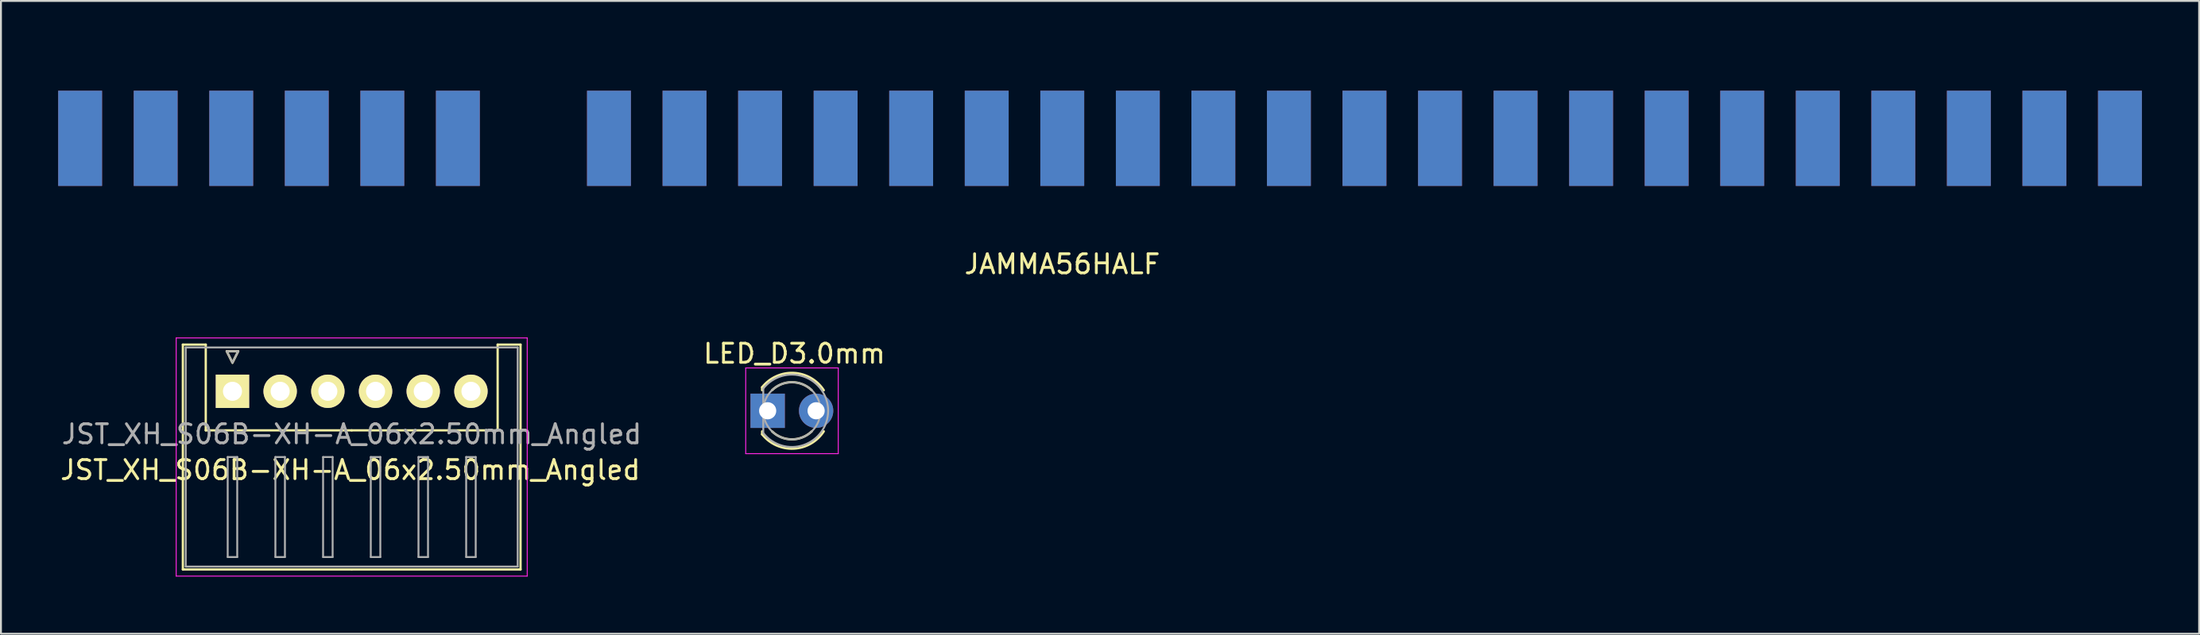
<source format=kicad_pcb>
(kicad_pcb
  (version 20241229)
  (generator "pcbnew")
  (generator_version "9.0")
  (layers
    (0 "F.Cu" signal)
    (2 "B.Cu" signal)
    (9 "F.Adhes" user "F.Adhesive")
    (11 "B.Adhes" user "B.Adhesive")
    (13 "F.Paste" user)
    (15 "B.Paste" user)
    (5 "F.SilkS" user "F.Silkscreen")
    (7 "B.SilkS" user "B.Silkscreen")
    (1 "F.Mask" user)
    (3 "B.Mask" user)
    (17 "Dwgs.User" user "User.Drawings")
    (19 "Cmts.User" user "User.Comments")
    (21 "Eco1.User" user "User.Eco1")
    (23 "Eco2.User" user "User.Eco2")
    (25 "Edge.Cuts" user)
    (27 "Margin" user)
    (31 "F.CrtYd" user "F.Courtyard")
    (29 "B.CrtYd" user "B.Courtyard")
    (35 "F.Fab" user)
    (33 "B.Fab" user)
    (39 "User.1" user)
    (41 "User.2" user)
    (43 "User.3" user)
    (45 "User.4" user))
  (footprint "JST_XH_S06B-XH-A_06x2.50mm_Angled"
    (layer "F.Cu")
    (at 9.135 17.487)
    (property "Reference" "JST_XH_S06B-XH-A_06x2.50mm_Angled" (at 6.18 4.129 0) (layer "F.SilkS") (effects (font (size 1 1) (thickness 0.15))))
    (attr through_hole)
    (fp_line (start -2.6 -2.45) (end -1.4 -2.45) (stroke (width 0.12) (type solid)) (layer "F.SilkS"))
    (fp_line (start -2.6 9.35) (end -2.6 -2.45) (stroke (width 0.12) (type solid)) (layer "F.SilkS"))
    (fp_line (start -1.4 -2.45) (end -1.4 2.05) (stroke (width 0.12) (type solid)) (layer "F.SilkS"))
    (fp_line (start -1.4 2.05) (end 6.25 2.05) (stroke (width 0.12) (type solid)) (layer "F.SilkS"))
    (fp_line (start -0.3 -2.1) (end 0.3 -2.1) (stroke (width 0.12) (type solid)) (layer "F.SilkS"))
    (fp_line (start 0 -1.5) (end -0.3 -2.1) (stroke (width 0.12) (type solid)) (layer "F.SilkS"))
    (fp_line (start 0.3 -2.1) (end 0 -1.5) (stroke (width 0.12) (type solid)) (layer "F.SilkS"))
    (fp_line (start 6.25 9.35) (end -2.6 9.35) (stroke (width 0.12) (type solid)) (layer "F.SilkS"))
    (fp_line (start 6.25 9.35) (end 15.1 9.35) (stroke (width 0.12) (type solid)) (layer "F.SilkS"))
    (fp_line (start 13.9 -2.45) (end 13.9 2.05) (stroke (width 0.12) (type solid)) (layer "F.SilkS"))
    (fp_line (start 13.9 2.05) (end 6.25 2.05) (stroke (width 0.12) (type solid)) (layer "F.SilkS"))
    (fp_line (start 15.1 -2.45) (end 13.9 -2.45) (stroke (width 0.12) (type solid)) (layer "F.SilkS"))
    (fp_line (start 15.1 9.35) (end 15.1 -2.45) (stroke (width 0.12) (type solid)) (layer "F.SilkS"))
    (fp_line (start -2.95 -2.8) (end -2.95 9.7) (stroke (width 0.05) (type solid)) (layer "F.CrtYd"))
    (fp_line (start -2.95 9.7) (end 15.45 9.7) (stroke (width 0.05) (type solid)) (layer "F.CrtYd"))
    (fp_line (start 15.45 -2.8) (end -2.95 -2.8) (stroke (width 0.05) (type solid)) (layer "F.CrtYd"))
    (fp_line (start 15.45 9.7) (end 15.45 -2.8) (stroke (width 0.05) (type solid)) (layer "F.CrtYd"))
    (fp_line (start -2.45 -2.3) (end -2.45 9.2) (stroke (width 0.1) (type solid)) (layer "F.Fab"))
    (fp_line (start -2.45 9.2) (end 14.95 9.2) (stroke (width 0.1) (type solid)) (layer "F.Fab"))
    (fp_line (start -0.3 -2.1) (end 0.3 -2.1) (stroke (width 0.1) (type solid)) (layer "F.Fab"))
    (fp_line (start -0.25 3.45) (end -0.25 8.7) (stroke (width 0.1) (type solid)) (layer "F.Fab"))
    (fp_line (start -0.25 8.7) (end 0.25 8.7) (stroke (width 0.1) (type solid)) (layer "F.Fab"))
    (fp_line (start 0 -1.5) (end -0.3 -2.1) (stroke (width 0.1) (type solid)) (layer "F.Fab"))
    (fp_line (start 0.25 3.45) (end -0.25 3.45) (stroke (width 0.1) (type solid)) (layer "F.Fab"))
    (fp_line (start 0.25 8.7) (end 0.25 3.45) (stroke (width 0.1) (type solid)) (layer "F.Fab"))
    (fp_line (start 0.3 -2.1) (end 0 -1.5) (stroke (width 0.1) (type solid)) (layer "F.Fab"))
    (fp_line (start 2.25 3.45) (end 2.25 8.7) (stroke (width 0.1) (type solid)) (layer "F.Fab"))
    (fp_line (start 2.25 8.7) (end 2.75 8.7) (stroke (width 0.1) (type solid)) (layer "F.Fab"))
    (fp_line (start 2.75 3.45) (end 2.25 3.45) (stroke (width 0.1) (type solid)) (layer "F.Fab"))
    (fp_line (start 2.75 8.7) (end 2.75 3.45) (stroke (width 0.1) (type solid)) (layer "F.Fab"))
    (fp_line (start 4.75 3.45) (end 4.75 8.7) (stroke (width 0.1) (type solid)) (layer "F.Fab"))
    (fp_line (start 4.75 8.7) (end 5.25 8.7) (stroke (width 0.1) (type solid)) (layer "F.Fab"))
    (fp_line (start 5.25 3.45) (end 4.75 3.45) (stroke (width 0.1) (type solid)) (layer "F.Fab"))
    (fp_line (start 5.25 8.7) (end 5.25 3.45) (stroke (width 0.1) (type solid)) (layer "F.Fab"))
    (fp_line (start 7.25 3.45) (end 7.25 8.7) (stroke (width 0.1) (type solid)) (layer "F.Fab"))
    (fp_line (start 7.25 8.7) (end 7.75 8.7) (stroke (width 0.1) (type solid)) (layer "F.Fab"))
    (fp_line (start 7.75 3.45) (end 7.25 3.45) (stroke (width 0.1) (type solid)) (layer "F.Fab"))
    (fp_line (start 7.75 8.7) (end 7.75 3.45) (stroke (width 0.1) (type solid)) (layer "F.Fab"))
    (fp_line (start 9.75 3.45) (end 9.75 8.7) (stroke (width 0.1) (type solid)) (layer "F.Fab"))
    (fp_line (start 9.75 8.7) (end 10.25 8.7) (stroke (width 0.1) (type solid)) (layer "F.Fab"))
    (fp_line (start 10.25 3.45) (end 9.75 3.45) (stroke (width 0.1) (type solid)) (layer "F.Fab"))
    (fp_line (start 10.25 8.7) (end 10.25 3.45) (stroke (width 0.1) (type solid)) (layer "F.Fab"))
    (fp_line (start 12.25 3.45) (end 12.25 8.7) (stroke (width 0.1) (type solid)) (layer "F.Fab"))
    (fp_line (start 12.25 8.7) (end 12.75 8.7) (stroke (width 0.1) (type solid)) (layer "F.Fab"))
    (fp_line (start 12.75 3.45) (end 12.25 3.45) (stroke (width 0.1) (type solid)) (layer "F.Fab"))
    (fp_line (start 12.75 8.7) (end 12.75 3.45) (stroke (width 0.1) (type solid)) (layer "F.Fab"))
    (fp_line (start 14.95 -2.3) (end -2.45 -2.3) (stroke (width 0.1) (type solid)) (layer "F.Fab"))
    (fp_line (start 14.95 9.2) (end 14.95 -2.3) (stroke (width 0.1) (type solid)) (layer "F.Fab"))
    (fp_text user "${REFERENCE}" (at 6.25 2.25 0) (layer "F.Fab") (effects (font (size 1 1) (thickness 0.15))))
    (pad "1" thru_hole rect (at 0 0) (size 1.75 1.75) (drill 1) (layers "*.Cu" "*.Mask" "F.SilkS"))
    (pad "2" thru_hole circle (at 2.5 0) (size 1.75 1.75) (drill 1) (layers "*.Cu" "*.Mask" "F.SilkS"))
    (pad "3" thru_hole circle (at 5 0) (size 1.75 1.75) (drill 1) (layers "*.Cu" "*.Mask" "F.SilkS"))
    (pad "4" thru_hole circle (at 7.5 0) (size 1.75 1.75) (drill 1) (layers "*.Cu" "*.Mask" "F.SilkS"))
    (pad "5" thru_hole circle (at 10 0) (size 1.75 1.75) (drill 1) (layers "*.Cu" "*.Mask" "F.SilkS"))
    (pad "6" thru_hole circle (at 12.5 0) (size 1.75 1.75) (drill 1) (layers "*.Cu" "*.Mask" "F.SilkS")))
  (footprint "LED_D3.0mm"
    (layer "F.Cu")
    (at 37.188 18.51)
    (property "Reference" "LED_D3.0mm" (at 1.4 -3 180) (layer "F.SilkS") (effects (font (size 1 1) (thickness 0.15))))
    (attr through_hole)
    (fp_line (start -0.29 -1.236) (end -0.29 -1.08) (stroke (width 0.12) (type solid)) (layer "F.SilkS"))
    (fp_line (start -0.29 1.08) (end -0.29 1.236) (stroke (width 0.12) (type solid)) (layer "F.SilkS"))
    (fp_arc (start -0.29 -1.235516) (mid 1.366487 -1.987659) (end 2.942335 -1.078608) (stroke (width 0.12) (type solid)) (layer "F.SilkS"))
    (fp_arc (start 0.229039 -1.08) (mid 1.270117 -1.5) (end 2.31113 -1.079837) (stroke (width 0.12) (type solid)) (layer "F.SilkS"))
    (fp_arc (start 2.31113 1.079837) (mid 1.270117 1.5) (end 0.229039 1.08) (stroke (width 0.12) (type solid)) (layer "F.SilkS"))
    (fp_arc (start 2.942335 1.078608) (mid 1.366487 1.987659) (end -0.29 1.235516) (stroke (width 0.12) (type solid)) (layer "F.SilkS"))
    (fp_line (start -1.15 -2.25) (end -1.15 2.25) (stroke (width 0.05) (type solid)) (layer "F.CrtYd"))
    (fp_line (start -1.15 2.25) (end 3.7 2.25) (stroke (width 0.05) (type solid)) (layer "F.CrtYd"))
    (fp_line (start 3.7 -2.25) (end -1.15 -2.25) (stroke (width 0.05) (type solid)) (layer "F.CrtYd"))
    (fp_line (start 3.7 2.25) (end 3.7 -2.25) (stroke (width 0.05) (type solid)) (layer "F.CrtYd"))
    (fp_line (start -0.23 -1.166) (end -0.23 1.166) (stroke (width 0.1) (type solid)) (layer "F.Fab"))
    (fp_arc (start -0.23 -1.16619) (mid 3.17 0.000452) (end -0.230555 1.165476) (stroke (width 0.1) (type solid)) (layer "F.Fab"))
    (fp_circle (center 1.27 0) (end 2.77 0) (stroke (width 0.1) (type solid)) (fill no) (layer "F.Fab"))
    (pad "1" thru_hole rect (at 0 0) (size 1.8 1.8) (drill 0.9) (layers "*.Cu" "*.Mask"))
    (pad "2" thru_hole circle (at 2.54 0) (size 1.8 1.8) (drill 0.9) (layers "*.Cu" "*.Mask")))
  (footprint "JAMMA56HALF"
    (layer "F.Cu")
    (at 52.63 0.25)
    (property "Reference" "JAMMA56HALF" (at 0 10.564 0) (layer "F.SilkS") (effects (font (size 1 1) (thickness 0.15))))
    (attr through_hole)
    (pad "1" smd rect (at -51.48 3.96) (size 2.3 5) (layers "F.Cu" "F.Mask" "F.Paste"))
    (pad "2" smd rect (at -47.52 3.96) (size 2.3 5) (layers "F.Cu" "F.Mask" "F.Paste"))
    (pad "3" smd rect (at -43.56 3.96) (size 2.3 5) (layers "F.Cu" "F.Mask" "F.Paste"))
    (pad "4" smd rect (at -39.6 3.96) (size 2.3 5) (layers "F.Cu" "F.Mask" "F.Paste"))
    (pad "5" smd rect (at -35.64 3.96) (size 2.3 5) (layers "F.Cu" "F.Mask" "F.Paste"))
    (pad "6" smd rect (at -31.68 3.96) (size 2.3 5) (layers "F.Cu" "F.Mask" "F.Paste"))
    (pad "8" smd rect (at -23.76 3.96) (size 2.3 5) (layers "F.Cu" "F.Mask" "F.Paste"))
    (pad "9" smd rect (at -19.8 3.96) (size 2.3 5) (layers "F.Cu" "F.Mask" "F.Paste"))
    (pad "10" smd rect (at -15.84 3.96) (size 2.3 5) (layers "F.Cu" "F.Mask" "F.Paste"))
    (pad "11" smd rect (at -11.88 3.96) (size 2.3 5) (layers "F.Cu" "F.Mask" "F.Paste"))
    (pad "12" smd rect (at -7.92 3.96) (size 2.3 5) (layers "F.Cu" "F.Mask" "F.Paste"))
    (pad "13" smd rect (at -3.96 3.96) (size 2.3 5) (layers "F.Cu" "F.Mask" "F.Paste"))
    (pad "14" smd rect (at 0 3.96) (size 2.3 5) (layers "F.Cu" "F.Mask" "F.Paste"))
    (pad "15" smd rect (at 3.96 3.96) (size 2.3 5) (layers "F.Cu" "F.Mask" "F.Paste"))
    (pad "16" smd rect (at 7.92 3.96) (size 2.3 5) (layers "F.Cu" "F.Mask" "F.Paste"))
    (pad "17" smd rect (at 11.88 3.96) (size 2.3 5) (layers "F.Cu" "F.Mask" "F.Paste"))
    (pad "18" smd rect (at 15.84 3.96) (size 2.3 5) (layers "F.Cu" "F.Mask" "F.Paste"))
    (pad "19" smd rect (at 19.8 3.96) (size 2.3 5) (layers "F.Cu" "F.Mask" "F.Paste"))
    (pad "20" smd rect (at 23.76 3.96) (size 2.3 5) (layers "F.Cu" "F.Mask" "F.Paste"))
    (pad "21" smd rect (at 27.72 3.96) (size 2.3 5) (layers "F.Cu" "F.Mask" "F.Paste"))
    (pad "22" smd rect (at 31.68 3.96) (size 2.3 5) (layers "F.Cu" "F.Mask" "F.Paste"))
    (pad "23" smd rect (at 35.64 3.96) (size 2.3 5) (layers "F.Cu" "F.Mask" "F.Paste"))
    (pad "24" smd rect (at 39.6 3.96) (size 2.3 5) (layers "F.Cu" "F.Mask" "F.Paste"))
    (pad "25" smd rect (at 43.56 3.96) (size 2.3 5) (layers "F.Cu" "F.Mask" "F.Paste"))
    (pad "26" smd rect (at 47.52 3.96) (size 2.3 5) (layers "F.Cu" "F.Mask" "F.Paste"))
    (pad "27" smd rect (at 51.48 3.96) (size 2.3 5) (layers "F.Cu" "F.Mask" "F.Paste"))
    (pad "28" smd rect (at 55.44 3.96) (size 2.3 5) (layers "F.Cu" "F.Mask" "F.Paste"))
    (pad "A" smd rect (at -51.48 3.96) (size 2.3 5) (layers "B.Cu" "B.Mask" "B.Paste"))
    (pad "B" smd rect (at -47.52 3.96) (size 2.3 5) (layers "B.Cu" "B.Mask" "B.Paste"))
    (pad "C" smd rect (at -43.56 3.96) (size 2.3 5) (layers "B.Cu" "B.Mask" "B.Paste"))
    (pad "D" smd rect (at -39.6 3.96) (size 2.3 5) (layers "B.Cu" "B.Mask" "B.Paste"))
    (pad "E" smd rect (at -35.64 3.96) (size 2.3 5) (layers "B.Cu" "B.Mask" "B.Paste"))
    (pad "F" smd rect (at -31.68 3.96) (size 2.3 5) (layers "B.Cu" "B.Mask" "B.Paste"))
    (pad "J" smd rect (at -23.76 3.96) (size 2.3 5) (layers "B.Cu" "B.Mask" "B.Paste"))
    (pad "K" smd rect (at -19.8 3.96) (size 2.3 5) (layers "B.Cu" "B.Mask" "B.Paste"))
    (pad "L" smd rect (at -15.84 3.96) (size 2.3 5) (layers "B.Cu" "B.Mask" "B.Paste"))
    (pad "M" smd rect (at -11.88 3.96) (size 2.3 5) (layers "B.Cu" "B.Mask" "B.Paste"))
    (pad "N" smd rect (at -7.92 3.96) (size 2.3 5) (layers "B.Cu" "B.Mask" "B.Paste"))
    (pad "P" smd rect (at -3.96 3.96) (size 2.3 5) (layers "B.Cu" "B.Mask" "B.Paste"))
    (pad "R" smd rect (at 0 3.96) (size 2.3 5) (layers "B.Cu" "B.Mask" "B.Paste"))
    (pad "S" smd rect (at 3.96 3.96) (size 2.3 5) (layers "B.Cu" "B.Mask" "B.Paste"))
    (pad "T" smd rect (at 7.92 3.96) (size 2.3 5) (layers "B.Cu" "B.Mask" "B.Paste"))
    (pad "U" smd rect (at 11.88 3.96) (size 2.3 5) (layers "B.Cu" "B.Mask" "B.Paste"))
    (pad "V" smd rect (at 15.84 3.96) (size 2.3 5) (layers "B.Cu" "B.Mask" "B.Paste"))
    (pad "W" smd rect (at 19.8 3.96) (size 2.3 5) (layers "B.Cu" "B.Mask" "B.Paste"))
    (pad "X" smd rect (at 23.76 3.96) (size 2.3 5) (layers "B.Cu" "B.Mask" "B.Paste"))
    (pad "Y" smd rect (at 27.72 3.96) (size 2.3 5) (layers "B.Cu" "B.Mask" "B.Paste"))
    (pad "Z" smd rect (at 31.68 3.96) (size 2.3 5) (layers "B.Cu" "B.Mask" "B.Paste"))
    (pad "_a" smd rect (at 35.64 3.96) (size 2.3 5) (layers "B.Cu" "B.Mask" "B.Paste"))
    (pad "_b" smd rect (at 39.6 3.96) (size 2.3 5) (layers "B.Cu" "B.Mask" "B.Paste"))
    (pad "_c" smd rect (at 43.56 3.96) (size 2.3 5) (layers "B.Cu" "B.Mask" "B.Paste"))
    (pad "_d" smd rect (at 47.52 3.96) (size 2.3 5) (layers "B.Cu" "B.Mask" "B.Paste"))
    (pad "_e" smd rect (at 51.48 3.96) (size 2.3 5) (layers "B.Cu" "B.Mask" "B.Paste"))
    (pad "_f" smd rect (at 55.44 3.96) (size 2.3 5) (layers "B.Cu" "B.Mask" "B.Paste")))
  (gr_rect
    (start -3 -3)
    (end 112.22 30.212)
    (stroke (width 0.1) (type default))
    (fill no)
    (layer "Edge.Cuts")))
</source>
